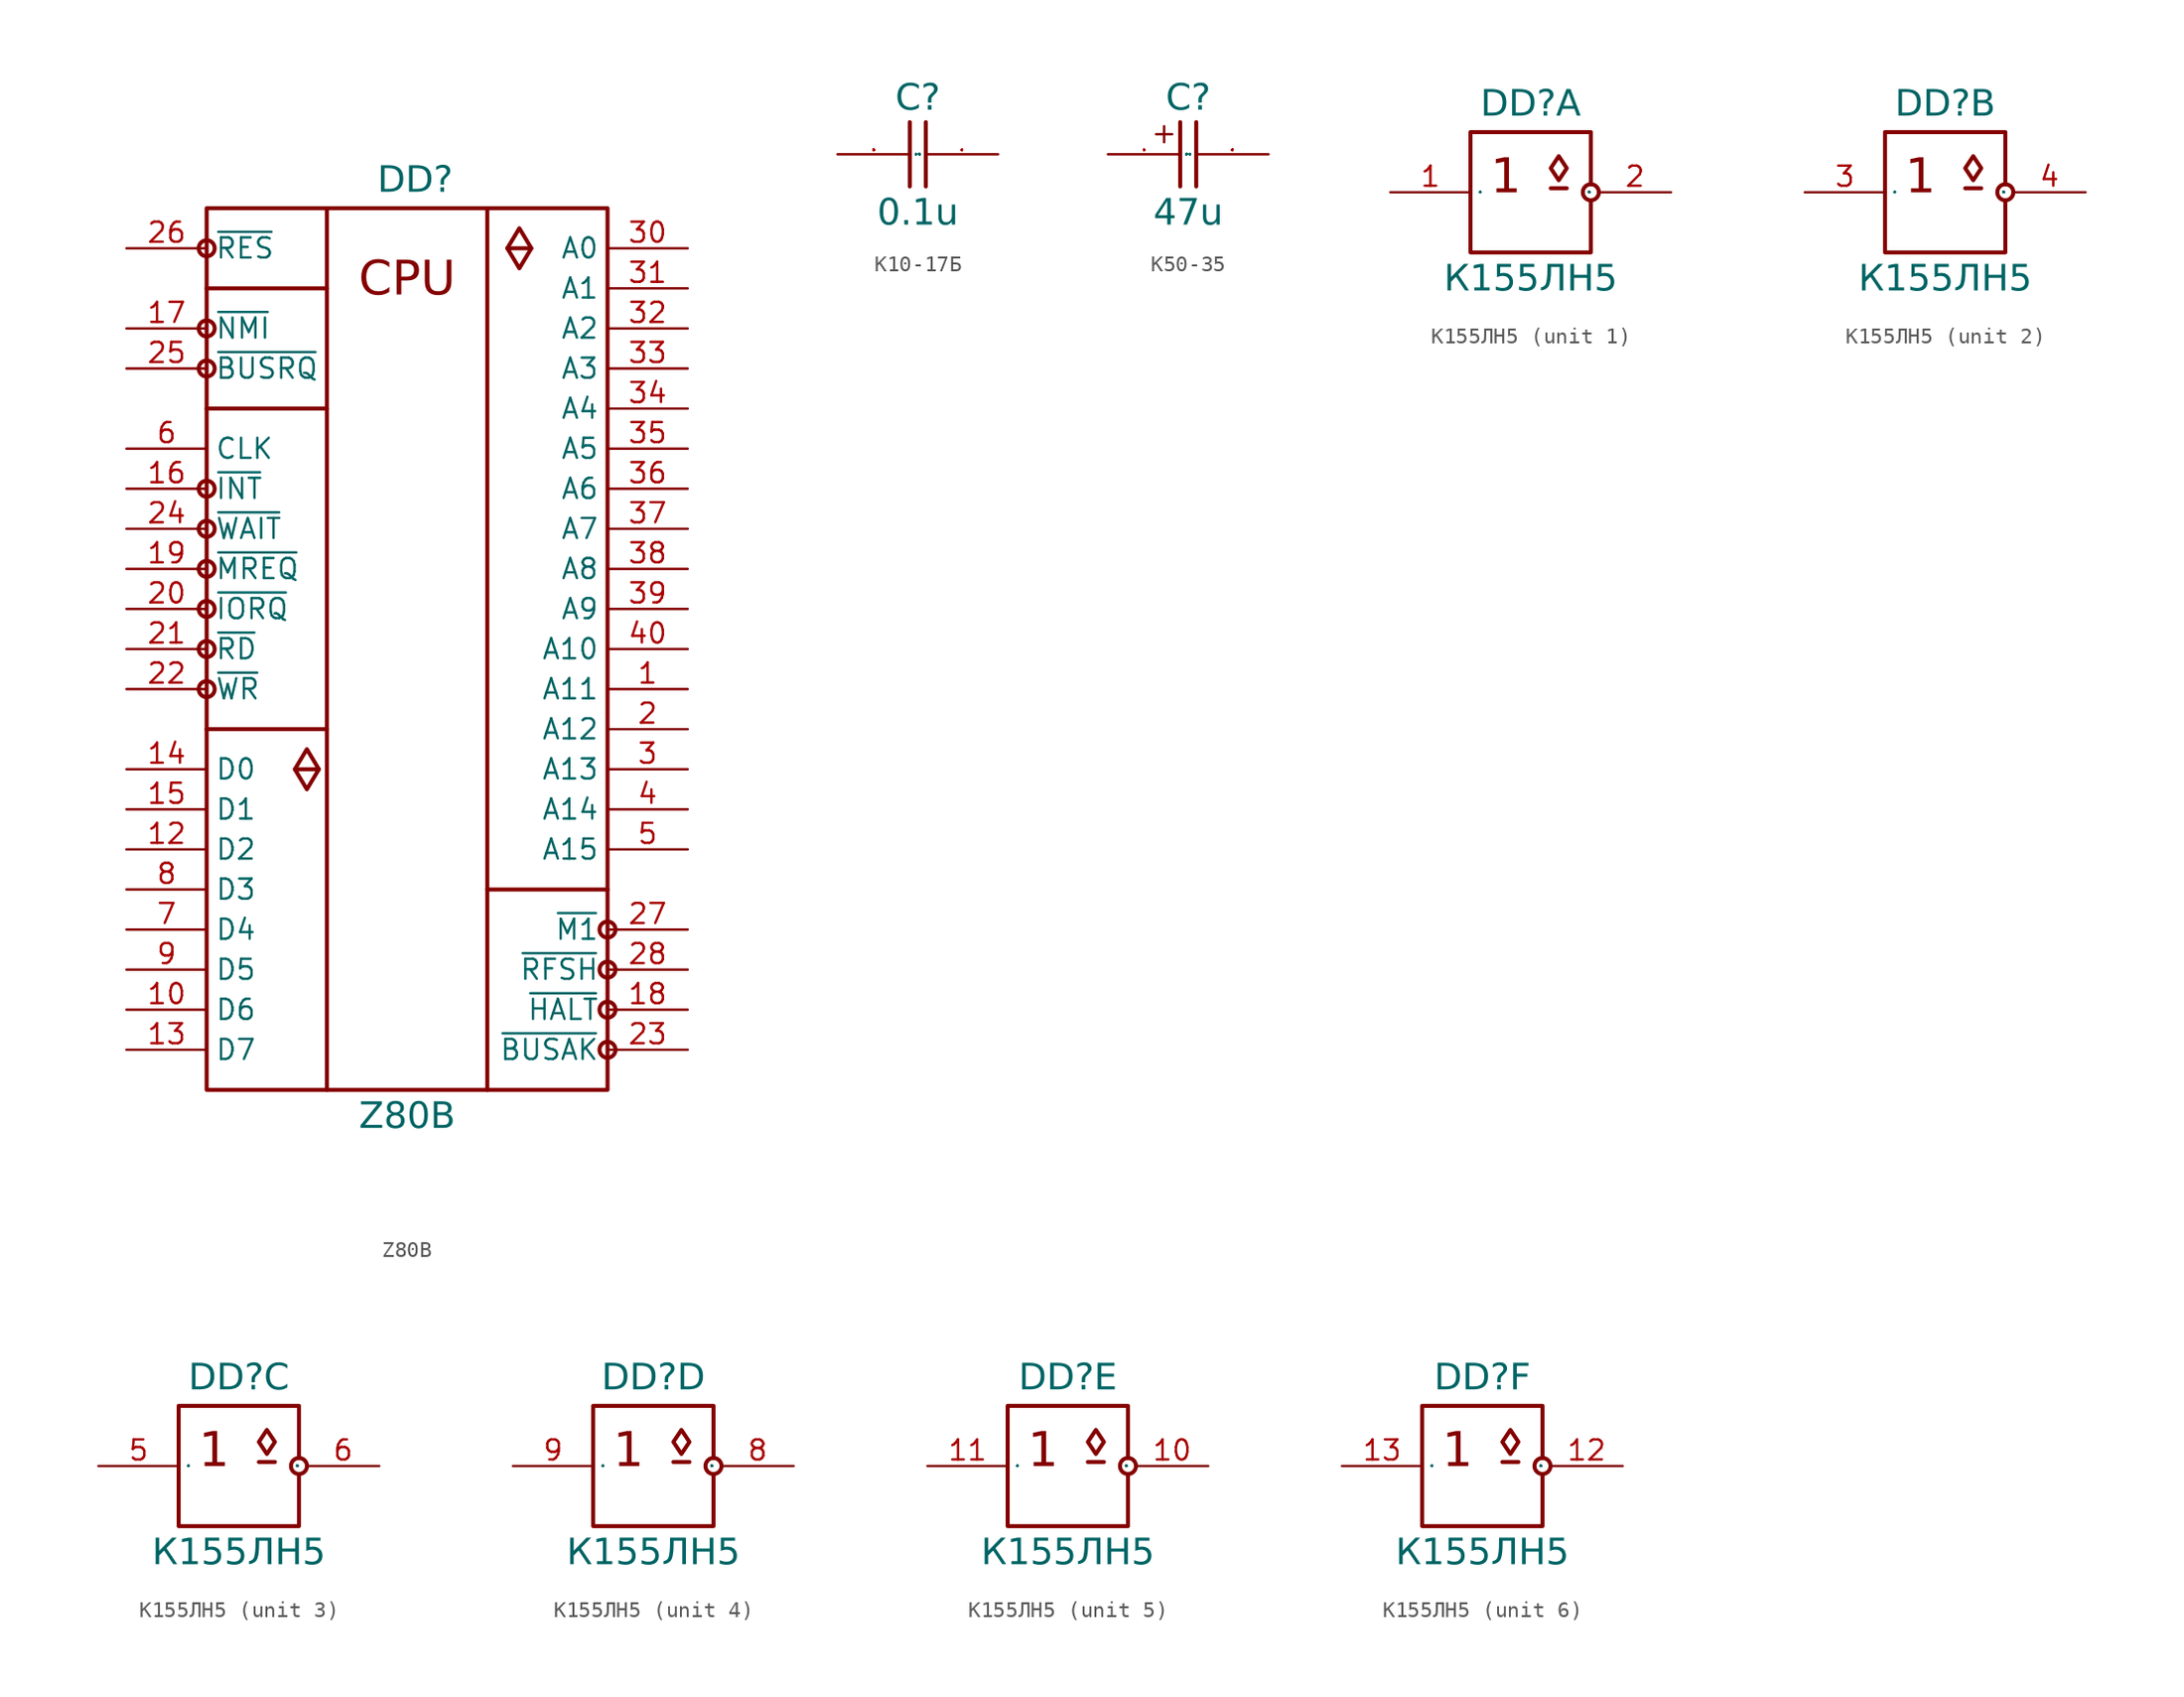
<source format=kicad_sym>
(kicad_symbol_lib
  (version 20241209)
  (generator "kicad_symbol_editor")
  (generator_version "9.0")
  (symbol "Z80B"
    (property "Reference" "DD"
      (at 18.288 3.302 0)
      (do_not_autoplace)
      (effects (font (face "Input Sans Condensed") (size 1.651 1.651)) (justify bottom)))
    (property "Value" "Z80B"
      (at 17.78 -54.102 0)
      (do_not_autoplace)
      (effects (font (face "Input Sans Condensed") (size 1.651 1.651)) (justify top)))
    (symbol "Z80B_0_0"
      (rectangle (start 5.08 2.54) (end 12.7 -53.34) (stroke (width 0.254) (type solid)) (fill (type none)))
      (circle (center 5.08 0) (radius 0.508) (stroke (width 0.254) (type solid)) (fill (type color) (color 255 255 255 1)))
      (polyline (pts (xy 5.08 -2.54) (xy 12.7 -2.54)) (stroke (width 0.254) (type solid)) (fill (type none)))
      (circle (center 5.08 -5.08) (radius 0.508) (stroke (width 0.254) (type solid)) (fill (type color) (color 255 255 255 1)))
      (circle (center 5.08 -7.62) (radius 0.508) (stroke (width 0.254) (type solid)) (fill (type color) (color 255 255 255 1)))
      (polyline (pts (xy 5.08 -10.16) (xy 12.7 -10.16)) (stroke (width 0.254) (type solid)) (fill (type none)))
      (circle (center 5.08 -15.24) (radius 0.508) (stroke (width 0.254) (type solid)) (fill (type color) (color 255 255 255 1)))
      (circle (center 5.08 -17.78) (radius 0.508) (stroke (width 0.254) (type solid)) (fill (type color) (color 255 255 255 1)))
      (circle (center 5.08 -20.32) (radius 0.508) (stroke (width 0.254) (type solid)) (fill (type color) (color 255 255 255 1)))
      (circle (center 5.08 -22.86) (radius 0.508) (stroke (width 0.254) (type solid)) (fill (type color) (color 255 255 255 1)))
      (circle (center 5.08 -25.4) (radius 0.508) (stroke (width 0.254) (type solid)) (fill (type color) (color 255 255 255 1)))
      (circle (center 5.08 -27.94) (radius 0.508) (stroke (width 0.254) (type solid)) (fill (type color) (color 255 255 255 1)))
      (polyline (pts (xy 10.668 -33.02) (xy 12.192 -33.02) (xy 11.43 -34.29) (xy 10.668 -33.02)) (stroke (width 0.254) (type solid)) (fill (type none)))
      (polyline (pts (xy 12.7 -30.48) (xy 5.08 -30.48)) (stroke (width 0.254) (type solid)) (fill (type none)))
      (polyline (pts (xy 12.7 -53.34) (xy 22.86 -53.34)) (stroke (width 0.254) (type solid)) (fill (type none)))
      (polyline (pts (xy 12.827 2.54) (xy 22.86 2.54)) (stroke (width 0.254) (type solid)) (fill (type none)))
      (rectangle (start 22.86 2.54) (end 30.48 -53.34) (stroke (width 0.254) (type solid)) (fill (type none)))
      (polyline (pts (xy 22.86 -40.64) (xy 30.48 -40.64)) (stroke (width 0.254) (type solid)) (fill (type none)))
      (polyline (pts (xy 24.13 0) (xy 25.654 0) (xy 24.892 -1.27) (xy 24.13 0)) (stroke (width 0.254) (type solid)) (fill (type none)))
      (circle (center 30.48 -43.18) (radius 0.508) (stroke (width 0.254) (type solid)) (fill (type color) (color 255 255 255 1)))
      (circle (center 30.48 -45.72) (radius 0.508) (stroke (width 0.254) (type solid)) (fill (type color) (color 255 255 255 1)))
      (circle (center 30.48 -48.26) (radius 0.508) (stroke (width 0.254) (type solid)) (fill (type color) (color 255 255 255 1)))
      (circle (center 30.48 -50.8) (radius 0.508) (stroke (width 0.254) (type solid)) (fill (type color) (color 255 255 255 1))))
    (symbol "Z80B_0_1"
      (polyline (pts (xy 10.668 -33.02) (xy 11.43 -31.75) (xy 12.192 -33.02)) (stroke (width 0.254) (type default)) (fill (type none)))
      (polyline (pts (xy 24.13 0) (xy 24.892 1.27) (xy 25.654 0)) (stroke (width 0.254) (type default)) (fill (type none))))
    (symbol "Z80B_1_0"
      (pin input line (at 0 0 0) (length 5.08) (name "~{RES}" (effects (font (size 1.27 1.27)))) (number "26" (effects (font (size 1.27 1.27)))))
      (pin input line (at 0 -5.08 0) (length 5.08) (name "~{NMI}" (effects (font (size 1.27 1.27)))) (number "17" (effects (font (size 1.27 1.27)))))
      (pin input line (at 0 -7.62 0) (length 5.08) (name "~{BUSRQ}" (effects (font (size 1.27 1.27)))) (number "25" (effects (font (size 1.27 1.27)))))
      (pin input line (at 0 -12.7 0) (length 5.08) (name "CLK" (effects (font (size 1.27 1.27)))) (number "6" (effects (font (size 1.27 1.27)))))
      (pin input line (at 0 -15.24 0) (length 5.08) (name "~{INT}" (effects (font (size 1.27 1.27)))) (number "16" (effects (font (size 1.27 1.27)))))
      (pin input line (at 0 -17.78 0) (length 5.08) (name "~{WAIT}" (effects (font (size 1.27 1.27)))) (number "24" (effects (font (size 1.27 1.27)))))
      (pin output line (at 0 -20.32 0) (length 5.08) (name "~{MREQ}" (effects (font (size 1.27 1.27)))) (number "19" (effects (font (size 1.27 1.27)))))
      (pin output line (at 0 -22.86 0) (length 5.08) (name "~{IORQ}" (effects (font (size 1.27 1.27)))) (number "20" (effects (font (size 1.27 1.27)))))
      (pin output line (at 0 -25.4 0) (length 5.08) (name "~{RD}" (effects (font (size 1.27 1.27)))) (number "21" (effects (font (size 1.27 1.27)))))
      (pin output line (at 0 -27.94 0) (length 5.08) (name "~{WR}" (effects (font (size 1.27 1.27)))) (number "22" (effects (font (size 1.27 1.27)))))
      (pin bidirectional line (at 0 -33.02 0) (length 5.08) (name "D0" (effects (font (size 1.27 1.27)))) (number "14" (effects (font (size 1.27 1.27)))))
      (pin bidirectional line (at 0 -35.56 0) (length 5.08) (name "D1" (effects (font (size 1.27 1.27)))) (number "15" (effects (font (size 1.27 1.27)))))
      (pin bidirectional line (at 0 -38.1 0) (length 5.08) (name "D2" (effects (font (size 1.27 1.27)))) (number "12" (effects (font (size 1.27 1.27)))))
      (pin bidirectional line (at 0 -40.64 0) (length 5.08) (name "D3" (effects (font (size 1.27 1.27)))) (number "8" (effects (font (size 1.27 1.27)))))
      (pin bidirectional line (at 0 -43.18 0) (length 5.08) (name "D4" (effects (font (size 1.27 1.27)))) (number "7" (effects (font (size 1.27 1.27)))))
      (pin bidirectional line (at 0 -45.72 0) (length 5.08) (name "D5" (effects (font (size 1.27 1.27)))) (number "9" (effects (font (size 1.27 1.27)))))
      (pin bidirectional line (at 0 -48.26 0) (length 5.08) (name "D6" (effects (font (size 1.27 1.27)))) (number "10" (effects (font (size 1.27 1.27)))))
      (pin bidirectional line (at 0 -50.8 0) (length 5.08) (name "D7" (effects (font (size 1.27 1.27)))) (number "13" (effects (font (size 1.27 1.27)))))
      (pin power_in line (at 13.97 -55.88 90) (length 2.54) (hide yes) (name "VCC" (effects (font (size 1.27 1.27)))) (number "11" (effects (font (size 1.27 1.27)))))
      (pin power_in line (at 21.59 -55.88 90) (length 2.54) (hide yes) (name "GND" (effects (font (size 1.27 1.27)))) (number "29" (effects (font (size 1.27 1.27)))))
      (pin tri_state line (at 35.56 0 180) (length 5.08) (name "A0" (effects (font (size 1.27 1.27)))) (number "30" (effects (font (size 1.27 1.27)))))
      (pin tri_state line (at 35.56 -2.54 180) (length 5.08) (name "A1" (effects (font (size 1.27 1.27)))) (number "31" (effects (font (size 1.27 1.27)))))
      (pin tri_state line (at 35.56 -5.08 180) (length 5.08) (name "A2" (effects (font (size 1.27 1.27)))) (number "32" (effects (font (size 1.27 1.27)))))
      (pin tri_state line (at 35.56 -7.62 180) (length 5.08) (name "A3" (effects (font (size 1.27 1.27)))) (number "33" (effects (font (size 1.27 1.27)))))
      (pin tri_state line (at 35.56 -10.16 180) (length 5.08) (name "A4" (effects (font (size 1.27 1.27)))) (number "34" (effects (font (size 1.27 1.27)))))
      (pin tri_state line (at 35.56 -12.7 180) (length 5.08) (name "A5" (effects (font (size 1.27 1.27)))) (number "35" (effects (font (size 1.27 1.27)))))
      (pin tri_state line (at 35.56 -15.24 180) (length 5.08) (name "A6" (effects (font (size 1.27 1.27)))) (number "36" (effects (font (size 1.27 1.27)))))
      (pin tri_state line (at 35.56 -17.78 180) (length 5.08) (name "A7" (effects (font (size 1.27 1.27)))) (number "37" (effects (font (size 1.27 1.27)))))
      (pin tri_state line (at 35.56 -20.32 180) (length 5.08) (name "A8" (effects (font (size 1.27 1.27)))) (number "38" (effects (font (size 1.27 1.27)))))
      (pin tri_state line (at 35.56 -22.86 180) (length 5.08) (name "A9" (effects (font (size 1.27 1.27)))) (number "39" (effects (font (size 1.27 1.27)))))
      (pin tri_state line (at 35.56 -25.4 180) (length 5.08) (name "A10" (effects (font (size 1.27 1.27)))) (number "40" (effects (font (size 1.27 1.27)))))
      (pin tri_state line (at 35.56 -27.94 180) (length 5.08) (name "A11" (effects (font (size 1.27 1.27)))) (number "1" (effects (font (size 1.27 1.27)))))
      (pin tri_state line (at 35.56 -30.48 180) (length 5.08) (name "A12" (effects (font (size 1.27 1.27)))) (number "2" (effects (font (size 1.27 1.27)))))
      (pin tri_state line (at 35.56 -33.02 180) (length 5.08) (name "A13" (effects (font (size 1.27 1.27)))) (number "3" (effects (font (size 1.27 1.27)))))
      (pin tri_state line (at 35.56 -35.56 180) (length 5.08) (name "A14" (effects (font (size 1.27 1.27)))) (number "4" (effects (font (size 1.27 1.27)))))
      (pin tri_state line (at 35.56 -38.1 180) (length 5.08) (name "A15" (effects (font (size 1.27 1.27)))) (number "5" (effects (font (size 1.27 1.27)))))
      (pin output line (at 35.56 -43.18 180) (length 5.08) (name "~{M1}" (effects (font (size 1.27 1.27)))) (number "27" (effects (font (size 1.27 1.27)))))
      (pin output line (at 35.56 -45.72 180) (length 5.08) (name "~{RFSH}" (effects (font (size 1.27 1.27)))) (number "28" (effects (font (size 1.27 1.27)))))
      (pin output line (at 35.56 -48.26 180) (length 5.08) (name "~{HALT}" (effects (font (size 1.27 1.27)))) (number "18" (effects (font (size 1.27 1.27)))))
      (pin output line (at 35.56 -50.8 180) (length 5.08) (name "~{BUSAK}" (effects (font (size 1.27 1.27)))) (number "23" (effects (font (size 1.27 1.27))))))
    (symbol "Z80B_1_1"
      (text "CPU" (at 17.78 -2.032 0) (effects (font (face "Input Sans Condensed") (size 2.159 2.159))))))
  (symbol "К10-17Б"
    (property "Reference" "C"
      (at 5.08 2.54 0)
      (do_not_autoplace)
      (effects (font (face "Input Sans Condensed") (size 1.651 1.651)) (justify bottom)))
    (property "Value" "0.1u"
      (at 5.08 -2.794 0)
      (do_not_autoplace)
      (effects (font (face "Input Sans Condensed") (size 1.651 1.651)) (justify top)))
    (symbol "К10-17Б_0_0"
      (polyline (pts (xy 4.572 -2.032) (xy 4.572 2.032)) (stroke (width 0.254) (type solid)) (fill (type none)))
      (polyline (pts (xy 5.588 2.032) (xy 5.588 -2.032)) (stroke (width 0.254) (type solid)) (fill (type none))))
    (symbol "К10-17Б_1_0"
      (pin passive line (at 0 0 0) (length 4.572) (name "2" (effects (font (size 0.025 0.025)))) (number "2" (effects (font (size 0.025 0.025)))))
      (pin passive line (at 10.16 0 180) (length 4.572) (name "1" (effects (font (size 0.025 0.025)))) (number "1" (effects (font (size 0.025 0.025)))))))
  (symbol "К50-35"
    (property "Reference" "C"
      (at 5.08 2.54 0)
      (do_not_autoplace)
      (effects (font (face "Input Sans Condensed") (size 1.651 1.651)) (justify bottom)))
    (property "Value" "47u"
      (at 5.08 -2.794 0)
      (do_not_autoplace)
      (effects (font (face "Input Sans Condensed") (size 1.651 1.651)) (justify top)))
    (symbol "К50-35_0_0"
      (polyline (pts (xy 4.572 -2.032) (xy 4.572 2.032)) (stroke (width 0.254) (type solid)) (fill (type none)))
      (polyline (pts (xy 5.588 2.032) (xy 5.588 -2.032)) (stroke (width 0.254) (type solid)) (fill (type none))))
    (symbol "К50-35_0_1"
      (polyline (pts (xy 3.048 1.27) (xy 4.064 1.27)) (stroke (width 0) (type default)) (fill (type none)))
      (polyline (pts (xy 3.556 1.778) (xy 3.556 0.762)) (stroke (width 0) (type default)) (fill (type none))))
    (symbol "К50-35_1_0"
      (pin passive line (at 0 0 0) (length 4.572) (name "1" (effects (font (size 0.025 0.025)))) (number "1" (effects (font (size 0.025 0.025)))))
      (pin passive line (at 10.16 0 180) (length 4.572) (name "2" (effects (font (size 0.025 0.025)))) (number "2" (effects (font (size 0.025 0.025)))))))
  (symbol "К155ЛН5"
    (property "Reference" "DD"
      (at 8.89 4.572 0)
      (do_not_autoplace)
      (effects (font (face "Input Sans Condensed") (size 1.651 1.651)) (justify bottom)))
    (property "Value" "К155ЛН5"
      (at 8.89 -4.572 0)
      (do_not_autoplace)
      (effects (font (face "Input Sans Condensed") (size 1.651 1.651)) (justify top)))
    (symbol "К155ЛН5_0_0"
      (polyline (pts (xy 10.16 0.254) (xy 11.176 0.254)) (stroke (width 0.254) (type solid)) (fill (type none)))
      (polyline (pts (xy 10.668 2.286) (xy 10.16 1.524) (xy 10.668 0.762) (xy 11.176 1.524) (xy 10.668 2.286)) (stroke (width 0.254) (type solid)) (fill (type none)))
      (circle (center 12.7 0) (radius 0.508) (stroke (width 0.254) (type solid)) (fill (type color) (color 255 255 255 1)))
      (text "1" (at 6.35 2.172 0) (effects (font (face "Input Sans Condensed") (size 2.172 2.172)) (justify left top))))
    (symbol "К155ЛН5_0_1"
      (polyline (pts (xy 12.7 0.508) (xy 12.7 3.81) (xy 5.08 3.81) (xy 5.08 -3.81) (xy 12.7 -3.81) (xy 12.7 -0.508)) (stroke (width 0.254) (type default)) (fill (type none))))
    (symbol "К155ЛН5_1_1"
      (pin input line (at 0 0 0) (length 5.08) (name "1" (effects (font (size 0.025 0.025)))) (number "1" (effects (font (size 1.27 1.27)))))
      (pin power_in line (at 15.24 2.54 180) (length 2.54) (hide yes) (name "VCC" (effects (font (size 0.025 0.025)))) (number "14" (effects (font (size 1.27 1.27)))))
      (pin power_in line (at 15.24 -2.54 180) (length 2.54) (hide yes) (name "GND" (effects (font (size 0.025 0.025)))) (number "7" (effects (font (size 1.27 1.27)))))
      (pin open_collector line (at 17.78 0 180) (length 4.572) (name "2" (effects (font (size 0.025 0.025)))) (number "2" (effects (font (size 1.27 1.27))))))
    (symbol "К155ЛН5_2_1"
      (pin input line (at 0 0 0) (length 5.08) (name "1" (effects (font (size 0.025 0.025)))) (number "3" (effects (font (size 1.27 1.27)))))
      (pin open_collector line (at 17.78 0 180) (length 4.572) (name "2" (effects (font (size 0.025 0.025)))) (number "4" (effects (font (size 1.27 1.27))))))
    (symbol "К155ЛН5_3_1"
      (pin input line (at 0 0 0) (length 5.08) (name "1" (effects (font (size 0.025 0.025)))) (number "5" (effects (font (size 1.27 1.27)))))
      (pin open_collector line (at 17.78 0 180) (length 4.572) (name "2" (effects (font (size 0.025 0.025)))) (number "6" (effects (font (size 1.27 1.27))))))
    (symbol "К155ЛН5_4_1"
      (pin input line (at 0 0 0) (length 5.08) (name "1" (effects (font (size 0.025 0.025)))) (number "9" (effects (font (size 1.27 1.27)))))
      (pin open_collector line (at 17.78 0 180) (length 4.572) (name "2" (effects (font (size 0.025 0.025)))) (number "8" (effects (font (size 1.27 1.27))))))
    (symbol "К155ЛН5_5_1"
      (pin input line (at 0 0 0) (length 5.08) (name "1" (effects (font (size 0.025 0.025)))) (number "11" (effects (font (size 1.27 1.27)))))
      (pin open_collector line (at 17.78 0 180) (length 4.572) (name "2" (effects (font (size 0.025 0.025)))) (number "10" (effects (font (size 1.27 1.27))))))
    (symbol "К155ЛН5_6_1"
      (pin input line (at 0 0 0) (length 5.08) (name "1" (effects (font (size 0.025 0.025)))) (number "13" (effects (font (size 1.27 1.27)))))
      (pin open_collector line (at 17.78 0 180) (length 4.572) (name "2" (effects (font (size 0.025 0.025)))) (number "12" (effects (font (size 1.27 1.27))))))))
</source>
